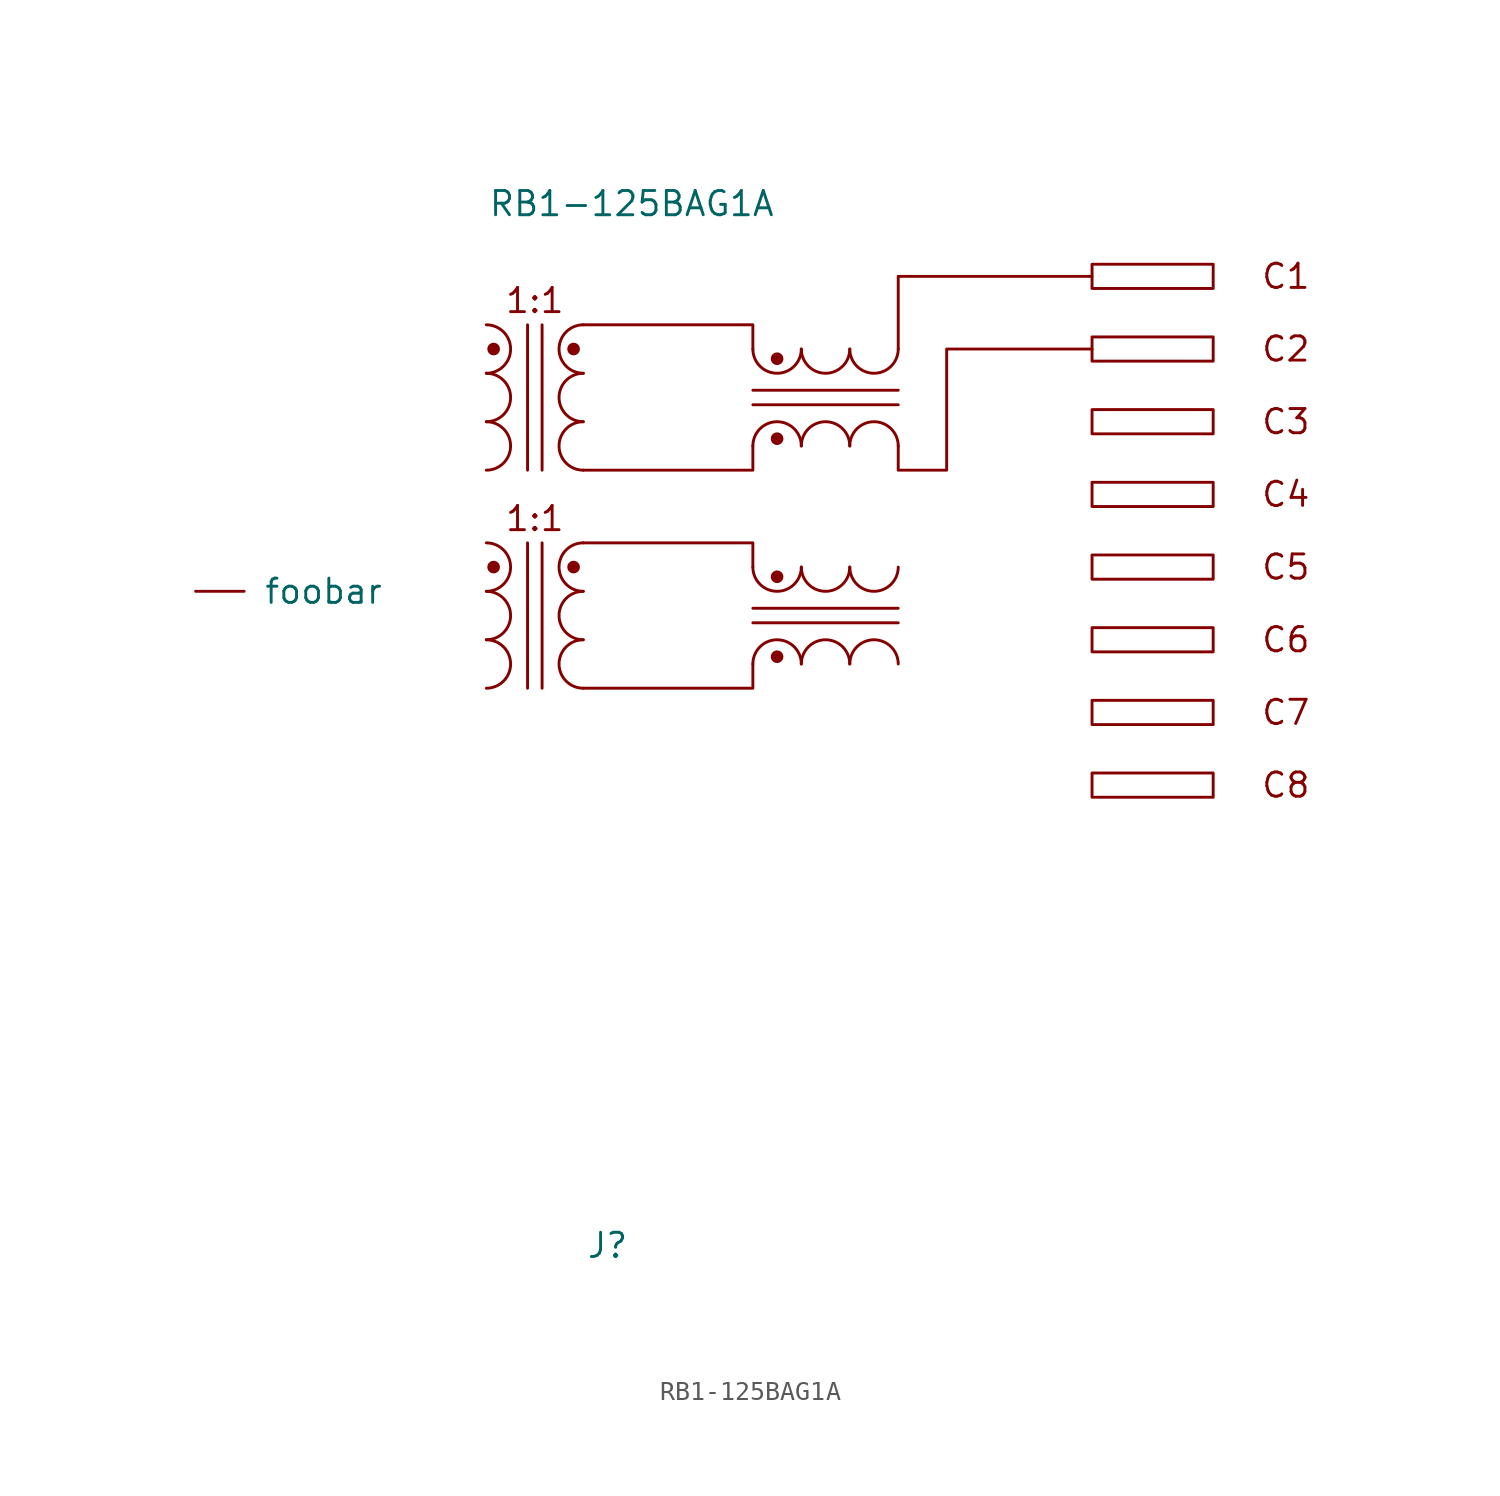
<source format=kicad_sym>
(kicad_symbol_lib
  (version 20231120)
  (generator "kicad_symbol_editor")
  (generator_version "8.0")
  (symbol "RB1-125BAG1A"
    (pin_names
      (offset 1.016))
    (property "Reference" "J"
      (at 0 -24.13 0)
      (effects (font (size 1.27 1.27))))
    (property "Value" "RB1-125BAG1A"
      (at 1.27 30.48 0)
      (effects (font (size 1.27 1.27))))
    (symbol "RB1-125BAG1A_0_0"
      (polyline (pts (xy -1.27 5.08) (xy 7.62 5.08) (xy 7.62 6.35)) (stroke (width 0) (type solid)) (fill (type none)))
      (polyline (pts (xy -1.27 12.7) (xy 7.62 12.7) (xy 7.62 11.43)) (stroke (width 0) (type solid)) (fill (type none)))
      (polyline (pts (xy -1.27 16.51) (xy 7.62 16.51) (xy 7.62 17.78)) (stroke (width 0) (type solid)) (fill (type none)))
      (polyline (pts (xy 7.62 22.86) (xy 7.62 24.13) (xy -1.27 24.13)) (stroke (width 0) (type solid)) (fill (type none)))
      (polyline (pts (xy 15.24 22.86) (xy 15.24 26.67) (xy 25.4 26.67)) (stroke (width 0) (type solid)) (fill (type none)))
      (polyline (pts (xy 15.24 17.78) (xy 15.24 16.51) (xy 17.78 16.51) (xy 17.78 22.86) (xy 25.4 22.86)) (stroke (width 0) (type solid)) (fill (type none)))
      (rectangle (start 25.4 27.305) (end 31.75 26.035) (stroke (width 0) (type solid)) (fill (type none)))
      (text "1:1" (at -3.81 13.97 0) (effects (font (size 1.27 1.27))))
      (text "1:1" (at -3.81 25.4 0) (effects (font (size 1.27 1.27))))
      (text "C1" (at 35.56 26.67 0) (effects (font (size 1.27 1.27))))
      (text "C2" (at 35.56 22.86 0) (effects (font (size 1.27 1.27))))
      (text "C3" (at 35.56 19.05 0) (effects (font (size 1.27 1.27))))
      (text "C4" (at 35.56 15.24 0) (effects (font (size 1.27 1.27))))
      (text "C5" (at 35.56 11.43 0) (effects (font (size 1.27 1.27))))
      (text "C6" (at 35.56 7.62 0) (effects (font (size 1.27 1.27))))
      (text "C7" (at 35.56 3.81 0) (effects (font (size 1.27 1.27))))
      (text "C8" (at 35.56 0 0) (effects (font (size 1.27 1.27)))))
    (symbol "RB1-125BAG1A_0_1"
      (polyline (pts (xy 7.62 8.509) (xy 15.24 8.509)) (stroke (width 0) (type solid)) (fill (type none)))
      (polyline (pts (xy 7.62 19.939) (xy 15.24 19.939)) (stroke (width 0) (type solid)) (fill (type none)))
      (polyline (pts (xy 15.24 9.271) (xy 7.62 9.271)) (stroke (width 0) (type solid)) (fill (type none)))
      (polyline (pts (xy 15.24 20.701) (xy 7.62 20.701)) (stroke (width 0) (type solid)) (fill (type none)))
      (circle (center 8.89 6.731) (radius 0.254) (stroke (width 0) (type solid)) (fill (type outline)))
      (circle (center 8.89 10.922) (radius 0.254) (stroke (width 0) (type solid)) (fill (type outline)))
      (circle (center 8.89 18.161) (radius 0.254) (stroke (width 0) (type solid)) (fill (type outline)))
      (circle (center 8.89 22.352) (radius 0.254) (stroke (width 0) (type solid)) (fill (type outline))))
    (symbol "RB1-125BAG1A_1_0"
      (rectangle (start 25.4 0.635) (end 31.75 -0.635) (stroke (width 0) (type solid)) (fill (type none)))
      (rectangle (start 25.4 4.445) (end 31.75 3.175) (stroke (width 0) (type solid)) (fill (type none)))
      (rectangle (start 25.4 8.255) (end 31.75 6.985) (stroke (width 0) (type solid)) (fill (type none)))
      (rectangle (start 25.4 12.065) (end 31.75 10.795) (stroke (width 0) (type solid)) (fill (type none)))
      (rectangle (start 25.4 15.875) (end 31.75 14.605) (stroke (width 0) (type solid)) (fill (type none)))
      (rectangle (start 25.4 19.685) (end 31.75 18.415) (stroke (width 0) (type solid)) (fill (type none)))
      (rectangle (start 25.4 23.495) (end 31.75 22.225) (stroke (width 0) (type solid)) (fill (type none))))
    (symbol "RB1-125BAG1A_1_1"
      (arc (start -6.35 5.08) (mid -5.08 6.35) (end -6.35 7.62) (stroke (width 0) (type solid)) (fill (type none)))
      (arc (start -6.35 7.62) (mid -5.08 8.89) (end -6.35 10.16) (stroke (width 0) (type solid)) (fill (type none)))
      (arc (start -6.35 10.16) (mid -5.08 11.43) (end -6.35 12.7) (stroke (width 0) (type solid)) (fill (type none)))
      (arc (start -6.35 16.51) (mid -5.08 17.78) (end -6.35 19.05) (stroke (width 0) (type solid)) (fill (type none)))
      (arc (start -6.35 19.05) (mid -5.08 20.32) (end -6.35 21.59) (stroke (width 0) (type solid)) (fill (type none)))
      (arc (start -6.35 21.59) (mid -5.08 22.86) (end -6.35 24.13) (stroke (width 0) (type solid)) (fill (type none)))
      (circle (center -5.969 11.43) (radius 0.254) (stroke (width 0) (type solid)) (fill (type outline)))
      (circle (center -5.969 22.86) (radius 0.254) (stroke (width 0) (type solid)) (fill (type outline)))
      (circle (center -1.778 11.43) (radius 0.254) (stroke (width 0) (type solid)) (fill (type outline)))
      (circle (center -1.778 22.86) (radius 0.254) (stroke (width 0) (type solid)) (fill (type outline)))
      (arc (start -1.27 7.62) (mid -2.54 6.35) (end -1.27 5.08) (stroke (width 0) (type solid)) (fill (type none)))
      (arc (start -1.27 10.16) (mid -2.54 8.89) (end -1.27 7.62) (stroke (width 0) (type solid)) (fill (type none)))
      (arc (start -1.27 12.7) (mid -2.54 11.43) (end -1.27 10.16) (stroke (width 0) (type solid)) (fill (type none)))
      (arc (start -1.27 19.05) (mid -2.54 17.78) (end -1.27 16.51) (stroke (width 0) (type solid)) (fill (type none)))
      (arc (start -1.27 21.59) (mid -2.54 20.32) (end -1.27 19.05) (stroke (width 0) (type solid)) (fill (type none)))
      (arc (start -1.27 24.13) (mid -2.54 22.86) (end -1.27 21.59) (stroke (width 0) (type solid)) (fill (type none)))
      (polyline (pts (xy -4.191 12.7) (xy -4.191 5.08)) (stroke (width 0) (type solid)) (fill (type none)))
      (polyline (pts (xy -4.191 24.13) (xy -4.191 16.51)) (stroke (width 0) (type solid)) (fill (type none)))
      (polyline (pts (xy -3.429 5.08) (xy -3.429 12.7)) (stroke (width 0) (type solid)) (fill (type none)))
      (polyline (pts (xy -3.429 16.51) (xy -3.429 24.13)) (stroke (width 0) (type solid)) (fill (type none)))
      (arc (start 7.62 11.43) (mid 8.89 10.16) (end 10.16 11.43) (stroke (width 0) (type solid)) (fill (type none)))
      (arc (start 7.62 22.86) (mid 8.89 21.59) (end 10.16 22.86) (stroke (width 0) (type solid)) (fill (type none)))
      (arc (start 10.16 6.35) (mid 8.89 7.62) (end 7.62 6.35) (stroke (width 0) (type solid)) (fill (type none)))
      (arc (start 10.16 11.43) (mid 11.43 10.16) (end 12.7 11.43) (stroke (width 0) (type solid)) (fill (type none)))
      (arc (start 10.16 17.78) (mid 8.89 19.05) (end 7.62 17.78) (stroke (width 0) (type solid)) (fill (type none)))
      (arc (start 10.16 22.86) (mid 11.43 21.59) (end 12.7 22.86) (stroke (width 0) (type solid)) (fill (type none)))
      (arc (start 12.7 6.35) (mid 11.43 7.62) (end 10.16 6.35) (stroke (width 0) (type solid)) (fill (type none)))
      (arc (start 12.7 11.43) (mid 13.97 10.16) (end 15.24 11.43) (stroke (width 0) (type solid)) (fill (type none)))
      (arc (start 12.7 17.78) (mid 11.43 19.05) (end 10.16 17.78) (stroke (width 0) (type solid)) (fill (type none)))
      (arc (start 12.7 22.86) (mid 13.97 21.59) (end 15.24 22.86) (stroke (width 0) (type solid)) (fill (type none)))
      (arc (start 15.24 6.35) (mid 13.97 7.62) (end 12.7 6.35) (stroke (width 0) (type solid)) (fill (type none)))
      (arc (start 15.24 17.78) (mid 13.97 19.05) (end 12.7 17.78) (stroke (width 0) (type solid)) (fill (type none)))
      (pin input line (at -21.59 10.16 0) (length 2.54) (name "foobar" (effects (font (size 1.27 1.27)))) (number "~" (effects (font (size 1.27 1.27))))))))
</source>
